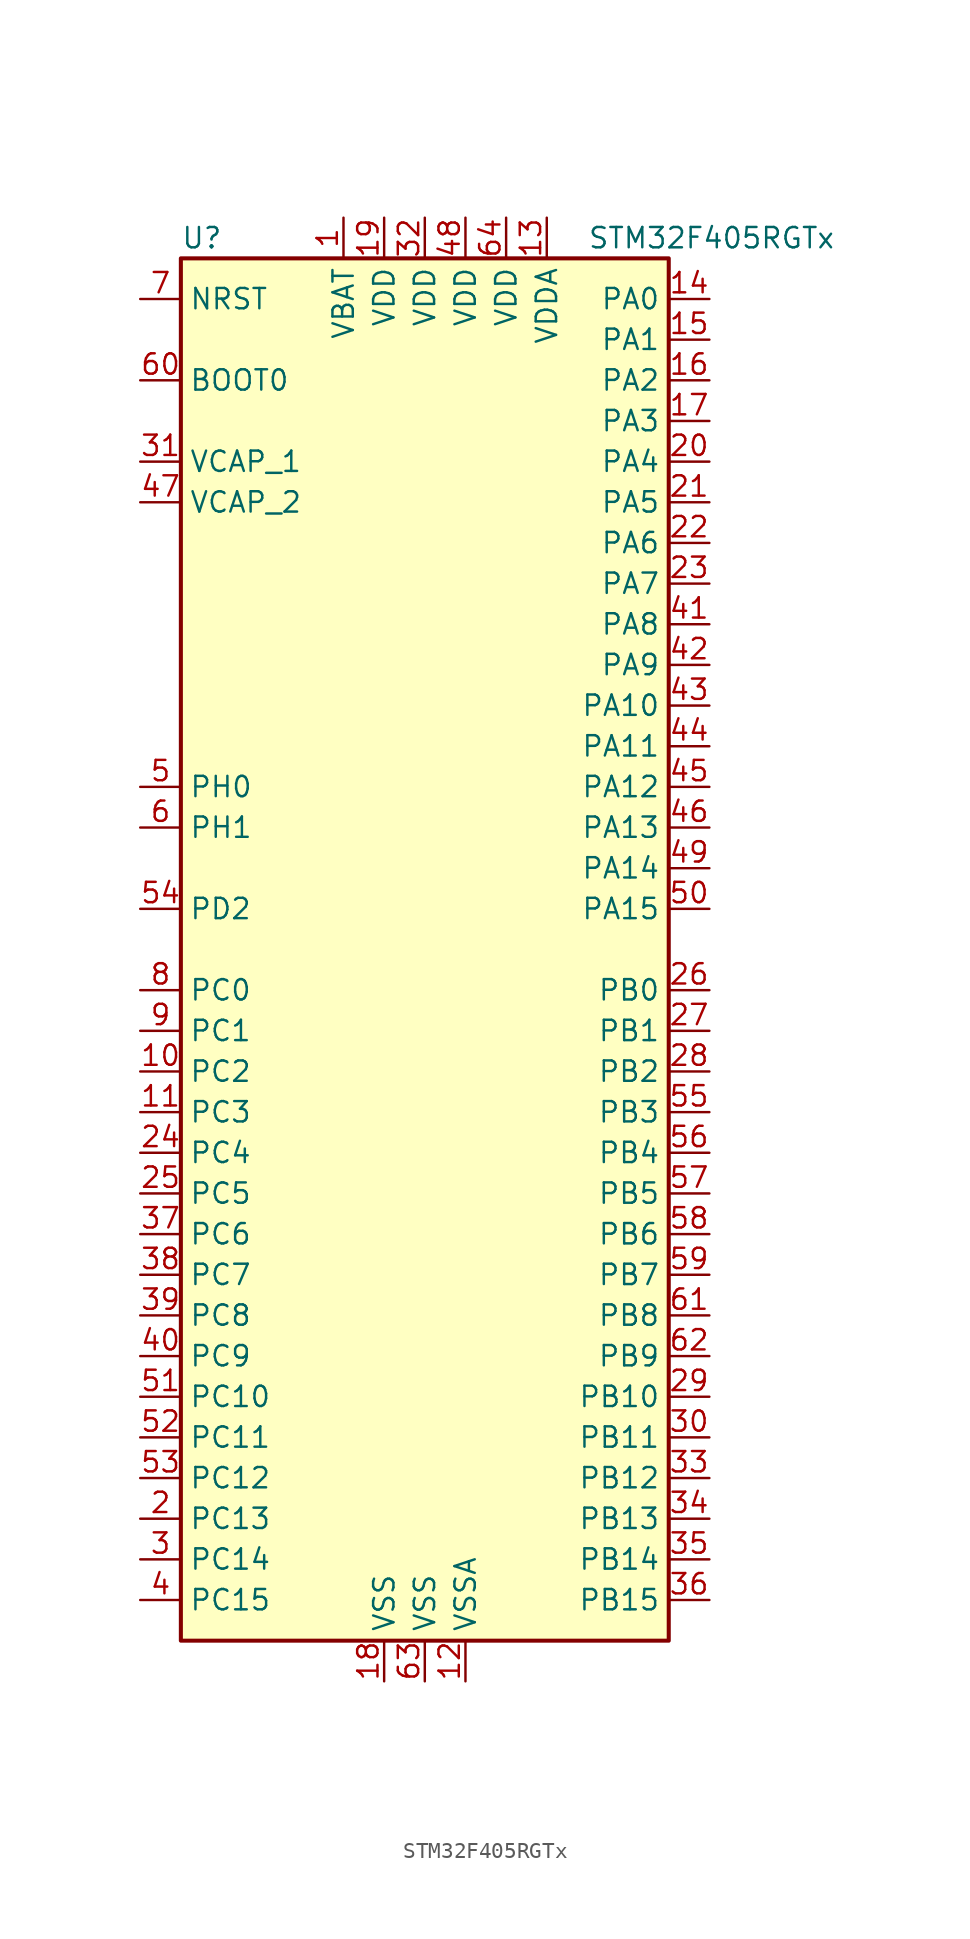
<source format=kicad_sym>
(kicad_symbol_lib
  (version 20201005)
  (generator kicad_symbol_editor)
  (symbol "MCU_ST_STM32F4:STM32F405RGTx"
    (property "Reference" "U"
      (at -15.24 44.45 0)
      (effects (font (size 1.27 1.27)) (justify left)))
    (property "Value" "STM32F405RGTx"
      (at 10.16 44.45 0)
      (effects (font (size 1.27 1.27)) (justify left)))
    (symbol "STM32F405RGTx_0_1"
      (rectangle (start -15.24 -43.18) (end 15.24 43.18) (stroke (width 0.254)) (fill (type background))))
    (symbol "STM32F405RGTx_1_1"
      (pin input line (at -17.78 35.56 0) (length 2.54) (name "BOOT0" (effects (font (size 1.27 1.27)))) (number "60" (effects (font (size 1.27 1.27)))))
      (pin input line (at -17.78 40.64 0) (length 2.54) (name "NRST" (effects (font (size 1.27 1.27)))) (number "7" (effects (font (size 1.27 1.27)))))
      (pin bidirectional line (at 17.78 40.64 180) (length 2.54) (name "PA0" (effects (font (size 1.27 1.27)))) (number "14" (effects (font (size 1.27 1.27)))))
      (pin bidirectional line (at 17.78 38.1 180) (length 2.54) (name "PA1" (effects (font (size 1.27 1.27)))) (number "15" (effects (font (size 1.27 1.27)))))
      (pin bidirectional line (at 17.78 15.24 180) (length 2.54) (name "PA10" (effects (font (size 1.27 1.27)))) (number "43" (effects (font (size 1.27 1.27)))))
      (pin bidirectional line (at 17.78 12.7 180) (length 2.54) (name "PA11" (effects (font (size 1.27 1.27)))) (number "44" (effects (font (size 1.27 1.27)))))
      (pin bidirectional line (at 17.78 10.16 180) (length 2.54) (name "PA12" (effects (font (size 1.27 1.27)))) (number "45" (effects (font (size 1.27 1.27)))))
      (pin bidirectional line (at 17.78 7.62 180) (length 2.54) (name "PA13" (effects (font (size 1.27 1.27)))) (number "46" (effects (font (size 1.27 1.27)))))
      (pin bidirectional line (at 17.78 5.08 180) (length 2.54) (name "PA14" (effects (font (size 1.27 1.27)))) (number "49" (effects (font (size 1.27 1.27)))))
      (pin bidirectional line (at 17.78 2.54 180) (length 2.54) (name "PA15" (effects (font (size 1.27 1.27)))) (number "50" (effects (font (size 1.27 1.27)))))
      (pin bidirectional line (at 17.78 35.56 180) (length 2.54) (name "PA2" (effects (font (size 1.27 1.27)))) (number "16" (effects (font (size 1.27 1.27)))))
      (pin bidirectional line (at 17.78 33.02 180) (length 2.54) (name "PA3" (effects (font (size 1.27 1.27)))) (number "17" (effects (font (size 1.27 1.27)))))
      (pin bidirectional line (at 17.78 30.48 180) (length 2.54) (name "PA4" (effects (font (size 1.27 1.27)))) (number "20" (effects (font (size 1.27 1.27)))))
      (pin bidirectional line (at 17.78 27.94 180) (length 2.54) (name "PA5" (effects (font (size 1.27 1.27)))) (number "21" (effects (font (size 1.27 1.27)))))
      (pin bidirectional line (at 17.78 25.4 180) (length 2.54) (name "PA6" (effects (font (size 1.27 1.27)))) (number "22" (effects (font (size 1.27 1.27)))))
      (pin bidirectional line (at 17.78 22.86 180) (length 2.54) (name "PA7" (effects (font (size 1.27 1.27)))) (number "23" (effects (font (size 1.27 1.27)))))
      (pin bidirectional line (at 17.78 20.32 180) (length 2.54) (name "PA8" (effects (font (size 1.27 1.27)))) (number "41" (effects (font (size 1.27 1.27)))))
      (pin bidirectional line (at 17.78 17.78 180) (length 2.54) (name "PA9" (effects (font (size 1.27 1.27)))) (number "42" (effects (font (size 1.27 1.27)))))
      (pin bidirectional line (at 17.78 -2.54 180) (length 2.54) (name "PB0" (effects (font (size 1.27 1.27)))) (number "26" (effects (font (size 1.27 1.27)))))
      (pin bidirectional line (at 17.78 -5.08 180) (length 2.54) (name "PB1" (effects (font (size 1.27 1.27)))) (number "27" (effects (font (size 1.27 1.27)))))
      (pin bidirectional line (at 17.78 -27.94 180) (length 2.54) (name "PB10" (effects (font (size 1.27 1.27)))) (number "29" (effects (font (size 1.27 1.27)))))
      (pin bidirectional line (at 17.78 -30.48 180) (length 2.54) (name "PB11" (effects (font (size 1.27 1.27)))) (number "30" (effects (font (size 1.27 1.27)))))
      (pin bidirectional line (at 17.78 -33.02 180) (length 2.54) (name "PB12" (effects (font (size 1.27 1.27)))) (number "33" (effects (font (size 1.27 1.27)))))
      (pin bidirectional line (at 17.78 -35.56 180) (length 2.54) (name "PB13" (effects (font (size 1.27 1.27)))) (number "34" (effects (font (size 1.27 1.27)))))
      (pin bidirectional line (at 17.78 -38.1 180) (length 2.54) (name "PB14" (effects (font (size 1.27 1.27)))) (number "35" (effects (font (size 1.27 1.27)))))
      (pin bidirectional line (at 17.78 -40.64 180) (length 2.54) (name "PB15" (effects (font (size 1.27 1.27)))) (number "36" (effects (font (size 1.27 1.27)))))
      (pin bidirectional line (at 17.78 -7.62 180) (length 2.54) (name "PB2" (effects (font (size 1.27 1.27)))) (number "28" (effects (font (size 1.27 1.27)))))
      (pin bidirectional line (at 17.78 -10.16 180) (length 2.54) (name "PB3" (effects (font (size 1.27 1.27)))) (number "55" (effects (font (size 1.27 1.27)))))
      (pin bidirectional line (at 17.78 -12.7 180) (length 2.54) (name "PB4" (effects (font (size 1.27 1.27)))) (number "56" (effects (font (size 1.27 1.27)))))
      (pin bidirectional line (at 17.78 -15.24 180) (length 2.54) (name "PB5" (effects (font (size 1.27 1.27)))) (number "57" (effects (font (size 1.27 1.27)))))
      (pin bidirectional line (at 17.78 -17.78 180) (length 2.54) (name "PB6" (effects (font (size 1.27 1.27)))) (number "58" (effects (font (size 1.27 1.27)))))
      (pin bidirectional line (at 17.78 -20.32 180) (length 2.54) (name "PB7" (effects (font (size 1.27 1.27)))) (number "59" (effects (font (size 1.27 1.27)))))
      (pin bidirectional line (at 17.78 -22.86 180) (length 2.54) (name "PB8" (effects (font (size 1.27 1.27)))) (number "61" (effects (font (size 1.27 1.27)))))
      (pin bidirectional line (at 17.78 -25.4 180) (length 2.54) (name "PB9" (effects (font (size 1.27 1.27)))) (number "62" (effects (font (size 1.27 1.27)))))
      (pin bidirectional line (at -17.78 -2.54 0) (length 2.54) (name "PC0" (effects (font (size 1.27 1.27)))) (number "8" (effects (font (size 1.27 1.27)))))
      (pin bidirectional line (at -17.78 -5.08 0) (length 2.54) (name "PC1" (effects (font (size 1.27 1.27)))) (number "9" (effects (font (size 1.27 1.27)))))
      (pin bidirectional line (at -17.78 -27.94 0) (length 2.54) (name "PC10" (effects (font (size 1.27 1.27)))) (number "51" (effects (font (size 1.27 1.27)))))
      (pin bidirectional line (at -17.78 -30.48 0) (length 2.54) (name "PC11" (effects (font (size 1.27 1.27)))) (number "52" (effects (font (size 1.27 1.27)))))
      (pin bidirectional line (at -17.78 -33.02 0) (length 2.54) (name "PC12" (effects (font (size 1.27 1.27)))) (number "53" (effects (font (size 1.27 1.27)))))
      (pin bidirectional line (at -17.78 -35.56 0) (length 2.54) (name "PC13" (effects (font (size 1.27 1.27)))) (number "2" (effects (font (size 1.27 1.27)))))
      (pin bidirectional line (at -17.78 -38.1 0) (length 2.54) (name "PC14" (effects (font (size 1.27 1.27)))) (number "3" (effects (font (size 1.27 1.27)))))
      (pin bidirectional line (at -17.78 -40.64 0) (length 2.54) (name "PC15" (effects (font (size 1.27 1.27)))) (number "4" (effects (font (size 1.27 1.27)))))
      (pin bidirectional line (at -17.78 -7.62 0) (length 2.54) (name "PC2" (effects (font (size 1.27 1.27)))) (number "10" (effects (font (size 1.27 1.27)))))
      (pin bidirectional line (at -17.78 -10.16 0) (length 2.54) (name "PC3" (effects (font (size 1.27 1.27)))) (number "11" (effects (font (size 1.27 1.27)))))
      (pin bidirectional line (at -17.78 -12.7 0) (length 2.54) (name "PC4" (effects (font (size 1.27 1.27)))) (number "24" (effects (font (size 1.27 1.27)))))
      (pin bidirectional line (at -17.78 -15.24 0) (length 2.54) (name "PC5" (effects (font (size 1.27 1.27)))) (number "25" (effects (font (size 1.27 1.27)))))
      (pin bidirectional line (at -17.78 -17.78 0) (length 2.54) (name "PC6" (effects (font (size 1.27 1.27)))) (number "37" (effects (font (size 1.27 1.27)))))
      (pin bidirectional line (at -17.78 -20.32 0) (length 2.54) (name "PC7" (effects (font (size 1.27 1.27)))) (number "38" (effects (font (size 1.27 1.27)))))
      (pin bidirectional line (at -17.78 -22.86 0) (length 2.54) (name "PC8" (effects (font (size 1.27 1.27)))) (number "39" (effects (font (size 1.27 1.27)))))
      (pin bidirectional line (at -17.78 -25.4 0) (length 2.54) (name "PC9" (effects (font (size 1.27 1.27)))) (number "40" (effects (font (size 1.27 1.27)))))
      (pin bidirectional line (at -17.78 2.54 0) (length 2.54) (name "PD2" (effects (font (size 1.27 1.27)))) (number "54" (effects (font (size 1.27 1.27)))))
      (pin input line (at -17.78 10.16 0) (length 2.54) (name "PH0" (effects (font (size 1.27 1.27)))) (number "5" (effects (font (size 1.27 1.27)))))
      (pin input line (at -17.78 7.62 0) (length 2.54) (name "PH1" (effects (font (size 1.27 1.27)))) (number "6" (effects (font (size 1.27 1.27)))))
      (pin power_in line (at -5.08 45.72 270) (length 2.54) (name "VBAT" (effects (font (size 1.27 1.27)))) (number "1" (effects (font (size 1.27 1.27)))))
      (pin power_in line (at -17.78 30.48 0) (length 2.54) (name "VCAP_1" (effects (font (size 1.27 1.27)))) (number "31" (effects (font (size 1.27 1.27)))))
      (pin power_in line (at -17.78 27.94 0) (length 2.54) (name "VCAP_2" (effects (font (size 1.27 1.27)))) (number "47" (effects (font (size 1.27 1.27)))))
      (pin power_in line (at -2.54 45.72 270) (length 2.54) (name "VDD" (effects (font (size 1.27 1.27)))) (number "19" (effects (font (size 1.27 1.27)))))
      (pin power_in line (at 0 45.72 270) (length 2.54) (name "VDD" (effects (font (size 1.27 1.27)))) (number "32" (effects (font (size 1.27 1.27)))))
      (pin power_in line (at 2.54 45.72 270) (length 2.54) (name "VDD" (effects (font (size 1.27 1.27)))) (number "48" (effects (font (size 1.27 1.27)))))
      (pin power_in line (at 5.08 45.72 270) (length 2.54) (name "VDD" (effects (font (size 1.27 1.27)))) (number "64" (effects (font (size 1.27 1.27)))))
      (pin power_in line (at 7.62 45.72 270) (length 2.54) (name "VDDA" (effects (font (size 1.27 1.27)))) (number "13" (effects (font (size 1.27 1.27)))))
      (pin power_in line (at -2.54 -45.72 90) (length 2.54) (name "VSS" (effects (font (size 1.27 1.27)))) (number "18" (effects (font (size 1.27 1.27)))))
      (pin power_in line (at 0 -45.72 90) (length 2.54) (name "VSS" (effects (font (size 1.27 1.27)))) (number "63" (effects (font (size 1.27 1.27)))))
      (pin power_in line (at 2.54 -45.72 90) (length 2.54) (name "VSSA" (effects (font (size 1.27 1.27)))) (number "12" (effects (font (size 1.27 1.27))))))))
</source>
